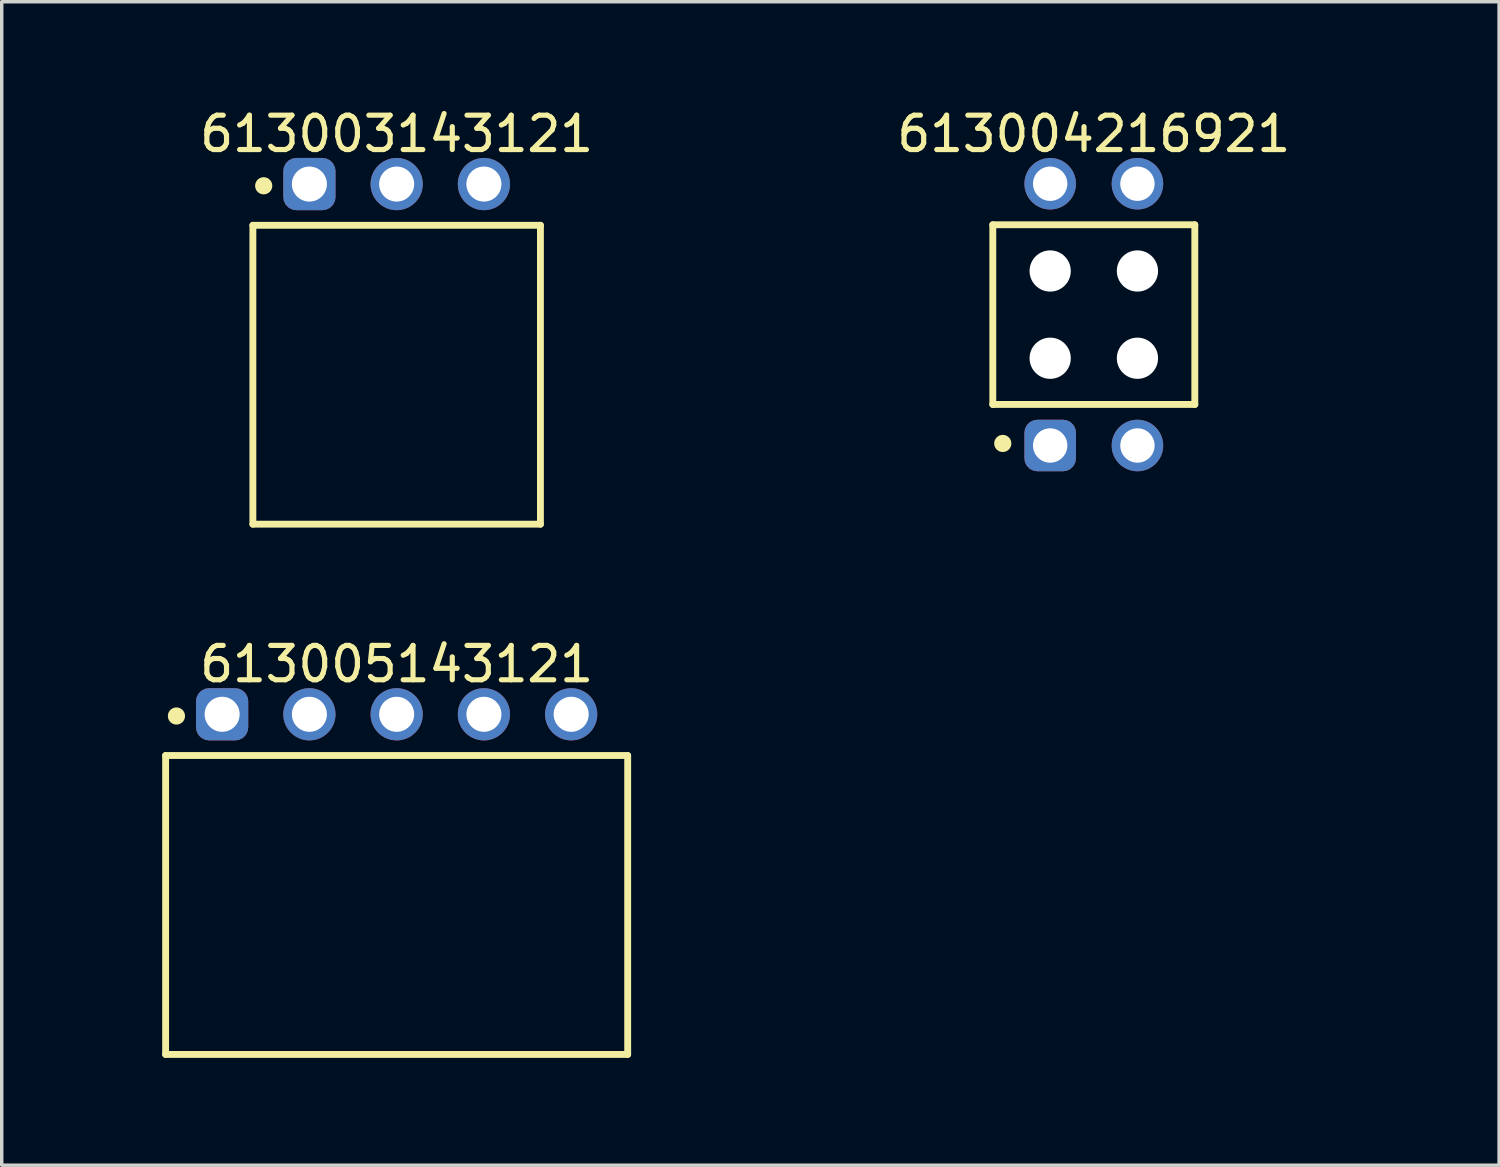
<source format=kicad_pcb>
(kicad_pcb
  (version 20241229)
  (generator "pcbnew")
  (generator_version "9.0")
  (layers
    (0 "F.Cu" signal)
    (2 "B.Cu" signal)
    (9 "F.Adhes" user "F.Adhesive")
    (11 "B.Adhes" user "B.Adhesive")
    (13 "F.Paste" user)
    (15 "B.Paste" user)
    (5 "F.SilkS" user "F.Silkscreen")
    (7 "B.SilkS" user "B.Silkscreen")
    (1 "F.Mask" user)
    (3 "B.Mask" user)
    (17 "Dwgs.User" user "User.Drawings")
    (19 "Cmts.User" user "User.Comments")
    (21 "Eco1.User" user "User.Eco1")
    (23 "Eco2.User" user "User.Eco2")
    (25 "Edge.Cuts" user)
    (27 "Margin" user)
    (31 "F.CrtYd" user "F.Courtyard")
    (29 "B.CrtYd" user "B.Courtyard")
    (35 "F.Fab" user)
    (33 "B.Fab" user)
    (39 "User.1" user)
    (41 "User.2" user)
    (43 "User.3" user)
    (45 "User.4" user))
  (footprint "613004216921"
    (layer "F.Cu")
    (at 28.789 6.108)
    (property "Reference" "613004216921" (at 0 -5.26 0) (layer "F.SilkS") (effects (font (size 1 1) (thickness 0.15))))
    (fp_line (start -2.94 -2.615) (end 2.94 -2.615) (stroke (width 0.2) (type solid)) (layer "F.SilkS"))
    (fp_line (start -2.94 2.615) (end -2.94 -2.615) (stroke (width 0.2) (type solid)) (layer "F.SilkS"))
    (fp_line (start -2.94 2.615) (end 2.94 2.615) (stroke (width 0.2) (type solid)) (layer "F.SilkS"))
    (fp_line (start 2.94 2.615) (end 2.94 -2.615) (stroke (width 0.2) (type solid)) (layer "F.SilkS"))
    (fp_circle (center -2.65 3.75) (end -2.65 3.625) (stroke (width 0.25) (type solid)) (fill no) (layer "F.SilkS"))
    (fp_line (start -3.14 -4.76) (end 3.14 -4.76) (stroke (width 0.05) (type solid)) (layer "Eco2.User"))
    (fp_line (start -3.14 4.76) (end -3.14 -4.76) (stroke (width 0.05) (type solid)) (layer "Eco2.User"))
    (fp_line (start -3.14 4.76) (end 3.14 4.76) (stroke (width 0.05) (type solid)) (layer "Eco2.User"))
    (fp_line (start -2.79 -2.54) (end 2.79 -2.54) (stroke (width 0.1) (type solid)) (layer "Eco2.User"))
    (fp_line (start -2.79 2.54) (end -2.79 -2.54) (stroke (width 0.1) (type solid)) (layer "Eco2.User"))
    (fp_line (start -2.79 2.54) (end 2.79 2.54) (stroke (width 0.1) (type solid)) (layer "Eco2.User"))
    (fp_line (start -1.67 -3.935) (end -0.87 -3.935) (stroke (width 0.1) (type solid)) (layer "Eco2.User"))
    (fp_line (start -1.67 -2.54) (end -1.67 -3.935) (stroke (width 0.1) (type solid)) (layer "Eco2.User"))
    (fp_line (start -1.67 3.935) (end -1.67 2.54) (stroke (width 0.1) (type solid)) (layer "Eco2.User"))
    (fp_line (start -1.67 3.935) (end -0.87 3.935) (stroke (width 0.1) (type solid)) (layer "Eco2.User"))
    (fp_line (start -0.87 -2.54) (end -0.87 -3.935) (stroke (width 0.1) (type solid)) (layer "Eco2.User"))
    (fp_line (start -0.87 3.935) (end -0.87 2.54) (stroke (width 0.1) (type solid)) (layer "Eco2.User"))
    (fp_line (start -0.5 0) (end 0.5 0) (stroke (width 0.05) (type solid)) (layer "Eco2.User"))
    (fp_line (start 0 0.5) (end 0 -0.5) (stroke (width 0.05) (type solid)) (layer "Eco2.User"))
    (fp_line (start 0.87 -3.935) (end 1.67 -3.935) (stroke (width 0.1) (type solid)) (layer "Eco2.User"))
    (fp_line (start 0.87 -2.54) (end 0.87 -3.935) (stroke (width 0.1) (type solid)) (layer "Eco2.User"))
    (fp_line (start 0.87 3.935) (end 0.87 2.54) (stroke (width 0.1) (type solid)) (layer "Eco2.User"))
    (fp_line (start 0.87 3.935) (end 1.67 3.935) (stroke (width 0.1) (type solid)) (layer "Eco2.User"))
    (fp_line (start 1.67 -2.54) (end 1.67 -3.935) (stroke (width 0.1) (type solid)) (layer "Eco2.User"))
    (fp_line (start 1.67 3.935) (end 1.67 2.54) (stroke (width 0.1) (type solid)) (layer "Eco2.User"))
    (fp_line (start 2.79 2.54) (end 2.79 -2.54) (stroke (width 0.1) (type solid)) (layer "Eco2.User"))
    (fp_line (start 3.14 4.76) (end 3.14 -4.76) (stroke (width 0.05) (type solid)) (layer "Eco2.User"))
    (fp_text user "${REFERENCE}" (at 0.15 -0.197 0) (unlocked yes) (layer "User.3") (effects (font (size 1.5 1.5) (thickness 0.15))))
    (pad "" np_thru_hole circle (at -1.27 -1.27) (size 1.2 1.2) (drill 1.2) (layers "*.Cu" "*.Mask"))
    (pad "" np_thru_hole circle (at -1.27 1.27) (size 1.2 1.2) (drill 1.2) (layers "*.Cu" "*.Mask"))
    (pad "" np_thru_hole circle (at 1.27 -1.27) (size 1.2 1.2) (drill 1.2) (layers "*.Cu" "*.Mask"))
    (pad "" np_thru_hole circle (at 1.27 1.27) (size 1.2 1.2) (drill 1.2) (layers "*.Cu" "*.Mask"))
    (pad "1" thru_hole roundrect (at -1.27 3.81) (size 1.5 1.5) (drill 1) (layers "*.Cu" "*.Mask") (roundrect_rratio 0.25))
    (pad "2" thru_hole circle (at -1.27 -3.81) (size 1.5 1.5) (drill 1) (layers "*.Cu" "*.Mask"))
    (pad "3" thru_hole circle (at 1.27 3.81) (size 1.5 1.5) (drill 1) (layers "*.Cu" "*.Mask"))
    (pad "4" thru_hole circle (at 1.27 -3.81) (size 1.5 1.5) (drill 1) (layers "*.Cu" "*.Mask")))
  (footprint "613003143121"
    (layer "F.Cu")
    (at 8.496 7.858)
    (property "Reference" "613003143121" (at 0 -7.01 0) (layer "F.SilkS") (effects (font (size 1 1) (thickness 0.15))))
    (fp_line (start -4.185 -4.35) (end 4.185 -4.35) (stroke (width 0.2) (type solid)) (layer "F.SilkS"))
    (fp_line (start -4.185 4.35) (end -4.185 -4.35) (stroke (width 0.2) (type solid)) (layer "F.SilkS"))
    (fp_line (start -4.185 4.35) (end 4.185 4.35) (stroke (width 0.2) (type solid)) (layer "F.SilkS"))
    (fp_line (start 4.185 4.35) (end 4.185 -4.35) (stroke (width 0.2) (type solid)) (layer "F.SilkS"))
    (fp_circle (center -3.87 -5.5) (end -3.87 -5.625) (stroke (width 0.25) (type solid)) (fill no) (layer "F.SilkS"))
    (fp_line (start -4.385 -6.51) (end 4.385 -6.51) (stroke (width 0.05) (type solid)) (layer "Eco2.User"))
    (fp_line (start -4.385 4.55) (end -4.385 -6.51) (stroke (width 0.05) (type solid)) (layer "Eco2.User"))
    (fp_line (start -4.385 4.55) (end 4.385 4.55) (stroke (width 0.05) (type solid)) (layer "Eco2.User"))
    (fp_line (start -4.06 -4.25) (end 4.06 -4.25) (stroke (width 0.1) (type solid)) (layer "Eco2.User"))
    (fp_line (start -4.06 4.25) (end -4.06 -4.25) (stroke (width 0.1) (type solid)) (layer "Eco2.User"))
    (fp_line (start -4.06 4.25) (end 4.06 4.25) (stroke (width 0.1) (type solid)) (layer "Eco2.User"))
    (fp_line (start -2.91 -5.75) (end -2.17 -5.75) (stroke (width 0.1) (type solid)) (layer "Eco2.User"))
    (fp_line (start -2.91 -4.25) (end -2.91 -5.75) (stroke (width 0.1) (type solid)) (layer "Eco2.User"))
    (fp_line (start -2.17 -4.25) (end -2.17 -5.75) (stroke (width 0.1) (type solid)) (layer "Eco2.User"))
    (fp_line (start -0.5 0) (end 0.5 0) (stroke (width 0.05) (type solid)) (layer "Eco2.User"))
    (fp_line (start -0.37 -5.75) (end 0.37 -5.75) (stroke (width 0.1) (type solid)) (layer "Eco2.User"))
    (fp_line (start -0.37 -4.25) (end -0.37 -5.75) (stroke (width 0.1) (type solid)) (layer "Eco2.User"))
    (fp_line (start 0 0.5) (end 0 -0.5) (stroke (width 0.05) (type solid)) (layer "Eco2.User"))
    (fp_line (start 0.37 -4.25) (end 0.37 -5.75) (stroke (width 0.1) (type solid)) (layer "Eco2.User"))
    (fp_line (start 2.17 -5.75) (end 2.91 -5.75) (stroke (width 0.1) (type solid)) (layer "Eco2.User"))
    (fp_line (start 2.17 -4.25) (end 2.17 -5.75) (stroke (width 0.1) (type solid)) (layer "Eco2.User"))
    (fp_line (start 2.91 -4.25) (end 2.91 -5.75) (stroke (width 0.1) (type solid)) (layer "Eco2.User"))
    (fp_line (start 4.06 4.25) (end 4.06 -4.25) (stroke (width 0.1) (type solid)) (layer "Eco2.User"))
    (fp_line (start 4.385 4.55) (end 4.385 -6.51) (stroke (width 0.05) (type solid)) (layer "Eco2.User"))
    (fp_text user "${REFERENCE}" (at 0.15 -0.197 0) (unlocked yes) (layer "User.3") (effects (font (size 1.5 1.5) (thickness 0.15))))
    (pad "1" thru_hole roundrect (at -2.54 -5.55) (size 1.52 1.52) (drill 1.02) (layers "*.Cu" "*.Mask") (roundrect_rratio 0.25))
    (pad "2" thru_hole circle (at 0 -5.55) (size 1.52 1.52) (drill 1.02) (layers "*.Cu" "*.Mask"))
    (pad "3" thru_hole circle (at 2.54 -5.55) (size 1.52 1.52) (drill 1.02) (layers "*.Cu" "*.Mask")))
  (footprint "613005143121"
    (layer "F.Cu")
    (at 8.496 23.292)
    (property "Reference" "613005143121" (at 0 -7.01 0) (layer "F.SilkS") (effects (font (size 1 1) (thickness 0.15))))
    (fp_line (start -6.725 -4.35) (end 6.725 -4.35) (stroke (width 0.2) (type solid)) (layer "F.SilkS"))
    (fp_line (start -6.725 4.35) (end -6.725 -4.35) (stroke (width 0.2) (type solid)) (layer "F.SilkS"))
    (fp_line (start -6.725 4.35) (end 6.725 4.35) (stroke (width 0.2) (type solid)) (layer "F.SilkS"))
    (fp_line (start 6.725 4.35) (end 6.725 -4.35) (stroke (width 0.2) (type solid)) (layer "F.SilkS"))
    (fp_circle (center -6.41 -5.5) (end -6.41 -5.625) (stroke (width 0.25) (type solid)) (fill no) (layer "F.SilkS"))
    (fp_line (start -6.925 -6.51) (end 6.925 -6.51) (stroke (width 0.05) (type solid)) (layer "Eco2.User"))
    (fp_line (start -6.925 4.55) (end -6.925 -6.51) (stroke (width 0.05) (type solid)) (layer "Eco2.User"))
    (fp_line (start -6.925 4.55) (end 6.925 4.55) (stroke (width 0.05) (type solid)) (layer "Eco2.User"))
    (fp_line (start -6.6 -4.25) (end 6.6 -4.25) (stroke (width 0.1) (type solid)) (layer "Eco2.User"))
    (fp_line (start -6.6 4.25) (end -6.6 -4.25) (stroke (width 0.1) (type solid)) (layer "Eco2.User"))
    (fp_line (start -6.6 4.25) (end 6.6 4.25) (stroke (width 0.1) (type solid)) (layer "Eco2.User"))
    (fp_line (start -5.45 -5.75) (end -4.71 -5.75) (stroke (width 0.1) (type solid)) (layer "Eco2.User"))
    (fp_line (start -5.45 -4.25) (end -5.45 -5.75) (stroke (width 0.1) (type solid)) (layer "Eco2.User"))
    (fp_line (start -4.71 -4.25) (end -4.71 -5.75) (stroke (width 0.1) (type solid)) (layer "Eco2.User"))
    (fp_line (start -2.91 -5.75) (end -2.17 -5.75) (stroke (width 0.1) (type solid)) (layer "Eco2.User"))
    (fp_line (start -2.91 -4.25) (end -2.91 -5.75) (stroke (width 0.1) (type solid)) (layer "Eco2.User"))
    (fp_line (start -2.17 -4.25) (end -2.17 -5.75) (stroke (width 0.1) (type solid)) (layer "Eco2.User"))
    (fp_line (start -0.5 0) (end 0.5 0) (stroke (width 0.05) (type solid)) (layer "Eco2.User"))
    (fp_line (start -0.37 -5.75) (end 0.37 -5.75) (stroke (width 0.1) (type solid)) (layer "Eco2.User"))
    (fp_line (start -0.37 -4.25) (end -0.37 -5.75) (stroke (width 0.1) (type solid)) (layer "Eco2.User"))
    (fp_line (start 0 0.5) (end 0 -0.5) (stroke (width 0.05) (type solid)) (layer "Eco2.User"))
    (fp_line (start 0.37 -4.25) (end 0.37 -5.75) (stroke (width 0.1) (type solid)) (layer "Eco2.User"))
    (fp_line (start 2.17 -5.75) (end 2.91 -5.75) (stroke (width 0.1) (type solid)) (layer "Eco2.User"))
    (fp_line (start 2.17 -4.25) (end 2.17 -5.75) (stroke (width 0.1) (type solid)) (layer "Eco2.User"))
    (fp_line (start 2.91 -4.25) (end 2.91 -5.75) (stroke (width 0.1) (type solid)) (layer "Eco2.User"))
    (fp_line (start 4.71 -5.75) (end 5.45 -5.75) (stroke (width 0.1) (type solid)) (layer "Eco2.User"))
    (fp_line (start 4.71 -4.25) (end 4.71 -5.75) (stroke (width 0.1) (type solid)) (layer "Eco2.User"))
    (fp_line (start 5.45 -4.25) (end 5.45 -5.75) (stroke (width 0.1) (type solid)) (layer "Eco2.User"))
    (fp_line (start 6.6 4.25) (end 6.6 -4.25) (stroke (width 0.1) (type solid)) (layer "Eco2.User"))
    (fp_line (start 6.925 4.55) (end 6.925 -6.51) (stroke (width 0.05) (type solid)) (layer "Eco2.User"))
    (fp_text user "${REFERENCE}" (at 0.15 -0.197 0) (unlocked yes) (layer "User.3") (effects (font (size 1.5 1.5) (thickness 0.15))))
    (pad "1" thru_hole roundrect (at -5.08 -5.55) (size 1.52 1.52) (drill 1.02) (layers "*.Cu" "*.Mask") (roundrect_rratio 0.25))
    (pad "2" thru_hole circle (at -2.54 -5.55) (size 1.52 1.52) (drill 1.02) (layers "*.Cu" "*.Mask"))
    (pad "3" thru_hole circle (at 0 -5.55) (size 1.52 1.52) (drill 1.02) (layers "*.Cu" "*.Mask"))
    (pad "4" thru_hole circle (at 2.54 -5.55) (size 1.52 1.52) (drill 1.02) (layers "*.Cu" "*.Mask"))
    (pad "5" thru_hole circle (at 5.08 -5.55) (size 1.52 1.52) (drill 1.02) (layers "*.Cu" "*.Mask")))
  (gr_rect
    (start -3 -3)
    (end 40.586 30.867)
    (stroke (width 0.1) (type default))
    (fill no)
    (layer "Edge.Cuts")))
</source>
